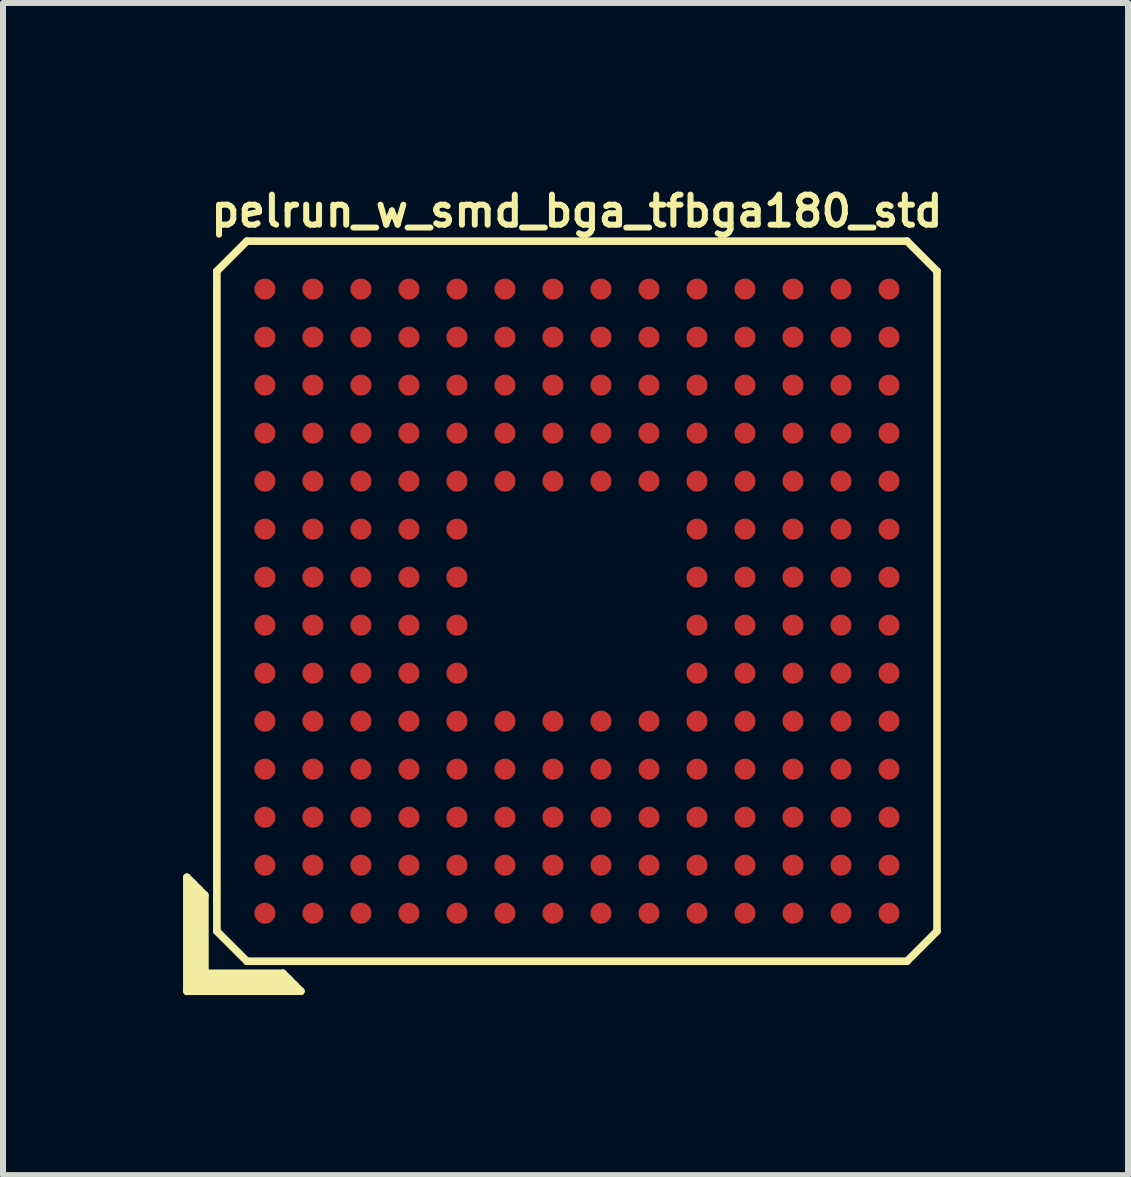
<source format=kicad_pcb>
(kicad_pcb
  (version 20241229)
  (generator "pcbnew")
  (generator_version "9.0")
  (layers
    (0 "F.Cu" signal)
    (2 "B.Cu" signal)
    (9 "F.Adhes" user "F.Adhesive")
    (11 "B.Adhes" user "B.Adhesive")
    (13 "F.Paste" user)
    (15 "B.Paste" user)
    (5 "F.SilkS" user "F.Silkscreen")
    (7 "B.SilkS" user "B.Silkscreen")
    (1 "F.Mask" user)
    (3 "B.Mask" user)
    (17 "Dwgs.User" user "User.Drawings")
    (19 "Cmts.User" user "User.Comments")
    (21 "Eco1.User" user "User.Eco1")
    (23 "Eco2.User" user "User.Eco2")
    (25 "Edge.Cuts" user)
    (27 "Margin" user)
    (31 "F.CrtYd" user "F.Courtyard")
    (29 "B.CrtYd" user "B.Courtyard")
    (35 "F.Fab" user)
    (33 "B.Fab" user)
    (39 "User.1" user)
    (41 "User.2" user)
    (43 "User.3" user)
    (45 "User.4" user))
  (footprint "pelrun_w_smd_bga_tfbga180_std"
    (layer "F.Cu")
    (at 6.564 6.968)
    (property "Reference" "pelrun_w_smd_bga_tfbga180_std" (at 0 -6.5 0) (layer "F.SilkS") (effects (font (size 0.5 0.5) (thickness 0.1))))
    (attr through_hole)
    (fp_line (start -6.5 4.6) (end -6.2 4.9) (stroke (width 0.127) (type solid)) (layer "F.SilkS"))
    (fp_line (start -6.5 6.5) (end -6.5 4.6) (stroke (width 0.127) (type solid)) (layer "F.SilkS"))
    (fp_line (start -6.4 6.4) (end -6.4 4.7) (stroke (width 0.127) (type solid)) (layer "F.SilkS"))
    (fp_line (start -6.3 4.8) (end -6.3 6.3) (stroke (width 0.127) (type solid)) (layer "F.SilkS"))
    (fp_line (start -6.3 6.3) (end -4.8 6.3) (stroke (width 0.127) (type solid)) (layer "F.SilkS"))
    (fp_line (start -6.2 4.9) (end -6.2 6.2) (stroke (width 0.127) (type solid)) (layer "F.SilkS"))
    (fp_line (start -6.2 6.2) (end -4.9 6.2) (stroke (width 0.127) (type solid)) (layer "F.SilkS"))
    (fp_line (start -6 -5.5) (end -5.5 -6) (stroke (width 0.127) (type solid)) (layer "F.SilkS"))
    (fp_line (start -6 5.5) (end -6 -5.5) (stroke (width 0.127) (type solid)) (layer "F.SilkS"))
    (fp_line (start -5.5 -6) (end 5.5 -6) (stroke (width 0.127) (type solid)) (layer "F.SilkS"))
    (fp_line (start -5.5 6) (end -6 5.5) (stroke (width 0.127) (type solid)) (layer "F.SilkS"))
    (fp_line (start -4.9 6.2) (end -4.6 6.5) (stroke (width 0.127) (type solid)) (layer "F.SilkS"))
    (fp_line (start -4.7 6.4) (end -6.4 6.4) (stroke (width 0.127) (type solid)) (layer "F.SilkS"))
    (fp_line (start -4.6 6.5) (end -6.5 6.5) (stroke (width 0.127) (type solid)) (layer "F.SilkS"))
    (fp_line (start 5.5 -6) (end 6 -5.5) (stroke (width 0.127) (type solid)) (layer "F.SilkS"))
    (fp_line (start 5.5 6) (end -5.5 6) (stroke (width 0.127) (type solid)) (layer "F.SilkS"))
    (fp_line (start 6 -5.5) (end 6 5.5) (stroke (width 0.127) (type solid)) (layer "F.SilkS"))
    (fp_line (start 6 5.5) (end 5.5 6) (stroke (width 0.127) (type solid)) (layer "F.SilkS"))
    (pad "A1" smd circle (at -5.2 5.2) (size 0.35 0.35) (layers "F.Cu" "F.Mask" "F.Paste"))
    (pad "A2" smd circle (at -5.2 4.4) (size 0.35 0.35) (layers "F.Cu" "F.Mask" "F.Paste"))
    (pad "A3" smd circle (at -5.2 3.6) (size 0.35 0.35) (layers "F.Cu" "F.Mask" "F.Paste"))
    (pad "A4" smd circle (at -5.2 2.8) (size 0.35 0.35) (layers "F.Cu" "F.Mask" "F.Paste"))
    (pad "A5" smd circle (at -5.2 2) (size 0.35 0.35) (layers "F.Cu" "F.Mask" "F.Paste"))
    (pad "A6" smd circle (at -5.2 1.2) (size 0.35 0.35) (layers "F.Cu" "F.Mask" "F.Paste"))
    (pad "A7" smd circle (at -5.2 0.4) (size 0.35 0.35) (layers "F.Cu" "F.Mask" "F.Paste"))
    (pad "A8" smd circle (at -5.2 -0.4) (size 0.35 0.35) (layers "F.Cu" "F.Mask" "F.Paste"))
    (pad "A9" smd circle (at -5.2 -1.2) (size 0.35 0.35) (layers "F.Cu" "F.Mask" "F.Paste"))
    (pad "A10" smd circle (at -5.2 -2) (size 0.35 0.35) (layers "F.Cu" "F.Mask" "F.Paste"))
    (pad "A11" smd circle (at -5.2 -2.8) (size 0.35 0.35) (layers "F.Cu" "F.Mask" "F.Paste"))
    (pad "A12" smd circle (at -5.2 -3.6) (size 0.35 0.35) (layers "F.Cu" "F.Mask" "F.Paste"))
    (pad "A13" smd circle (at -5.2 -4.4) (size 0.35 0.35) (layers "F.Cu" "F.Mask" "F.Paste"))
    (pad "A14" smd circle (at -5.2 -5.2) (size 0.35 0.35) (layers "F.Cu" "F.Mask" "F.Paste"))
    (pad "B1" smd circle (at -4.4 5.2) (size 0.35 0.35) (layers "F.Cu" "F.Mask" "F.Paste"))
    (pad "B2" smd circle (at -4.4 4.4) (size 0.35 0.35) (layers "F.Cu" "F.Mask" "F.Paste"))
    (pad "B3" smd circle (at -4.4 3.6) (size 0.35 0.35) (layers "F.Cu" "F.Mask" "F.Paste"))
    (pad "B4" smd circle (at -4.4 2.8) (size 0.35 0.35) (layers "F.Cu" "F.Mask" "F.Paste"))
    (pad "B5" smd circle (at -4.4 2) (size 0.35 0.35) (layers "F.Cu" "F.Mask" "F.Paste"))
    (pad "B6" smd circle (at -4.4 1.2) (size 0.35 0.35) (layers "F.Cu" "F.Mask" "F.Paste"))
    (pad "B7" smd circle (at -4.4 0.4) (size 0.35 0.35) (layers "F.Cu" "F.Mask" "F.Paste"))
    (pad "B8" smd circle (at -4.4 -0.4) (size 0.35 0.35) (layers "F.Cu" "F.Mask" "F.Paste"))
    (pad "B9" smd circle (at -4.4 -1.2) (size 0.35 0.35) (layers "F.Cu" "F.Mask" "F.Paste"))
    (pad "B10" smd circle (at -4.4 -2) (size 0.35 0.35) (layers "F.Cu" "F.Mask" "F.Paste"))
    (pad "B11" smd circle (at -4.4 -2.8) (size 0.35 0.35) (layers "F.Cu" "F.Mask" "F.Paste"))
    (pad "B12" smd circle (at -4.4 -3.6) (size 0.35 0.35) (layers "F.Cu" "F.Mask" "F.Paste"))
    (pad "B13" smd circle (at -4.4 -4.4) (size 0.35 0.35) (layers "F.Cu" "F.Mask" "F.Paste"))
    (pad "B14" smd circle (at -4.4 -5.2) (size 0.35 0.35) (layers "F.Cu" "F.Mask" "F.Paste"))
    (pad "C1" smd circle (at -3.6 5.2) (size 0.35 0.35) (layers "F.Cu" "F.Mask" "F.Paste"))
    (pad "C2" smd circle (at -3.6 4.4) (size 0.35 0.35) (layers "F.Cu" "F.Mask" "F.Paste"))
    (pad "C3" smd circle (at -3.6 3.6) (size 0.35 0.35) (layers "F.Cu" "F.Mask" "F.Paste"))
    (pad "C4" smd circle (at -3.6 2.8) (size 0.35 0.35) (layers "F.Cu" "F.Mask" "F.Paste"))
    (pad "C5" smd circle (at -3.6 2) (size 0.35 0.35) (layers "F.Cu" "F.Mask" "F.Paste"))
    (pad "C6" smd circle (at -3.6 1.2) (size 0.35 0.35) (layers "F.Cu" "F.Mask" "F.Paste"))
    (pad "C7" smd circle (at -3.6 0.4) (size 0.35 0.35) (layers "F.Cu" "F.Mask" "F.Paste"))
    (pad "C8" smd circle (at -3.6 -0.4) (size 0.35 0.35) (layers "F.Cu" "F.Mask" "F.Paste"))
    (pad "C9" smd circle (at -3.6 -1.2) (size 0.35 0.35) (layers "F.Cu" "F.Mask" "F.Paste"))
    (pad "C10" smd circle (at -3.6 -2) (size 0.35 0.35) (layers "F.Cu" "F.Mask" "F.Paste"))
    (pad "C11" smd circle (at -3.6 -2.8) (size 0.35 0.35) (layers "F.Cu" "F.Mask" "F.Paste"))
    (pad "C12" smd circle (at -3.6 -3.6) (size 0.35 0.35) (layers "F.Cu" "F.Mask" "F.Paste"))
    (pad "C13" smd circle (at -3.6 -4.4) (size 0.35 0.35) (layers "F.Cu" "F.Mask" "F.Paste"))
    (pad "C14" smd circle (at -3.6 -5.2) (size 0.35 0.35) (layers "F.Cu" "F.Mask" "F.Paste"))
    (pad "D1" smd circle (at -2.8 5.2) (size 0.35 0.35) (layers "F.Cu" "F.Mask" "F.Paste"))
    (pad "D2" smd circle (at -2.8 4.4) (size 0.35 0.35) (layers "F.Cu" "F.Mask" "F.Paste"))
    (pad "D3" smd circle (at -2.8 3.6) (size 0.35 0.35) (layers "F.Cu" "F.Mask" "F.Paste"))
    (pad "D4" smd circle (at -2.8 2.8) (size 0.35 0.35) (layers "F.Cu" "F.Mask" "F.Paste"))
    (pad "D5" smd circle (at -2.8 2) (size 0.35 0.35) (layers "F.Cu" "F.Mask" "F.Paste"))
    (pad "D6" smd circle (at -2.8 1.2) (size 0.35 0.35) (layers "F.Cu" "F.Mask" "F.Paste"))
    (pad "D7" smd circle (at -2.8 0.4) (size 0.35 0.35) (layers "F.Cu" "F.Mask" "F.Paste"))
    (pad "D8" smd circle (at -2.8 -0.4) (size 0.35 0.35) (layers "F.Cu" "F.Mask" "F.Paste"))
    (pad "D9" smd circle (at -2.8 -1.2) (size 0.35 0.35) (layers "F.Cu" "F.Mask" "F.Paste"))
    (pad "D10" smd circle (at -2.8 -2) (size 0.35 0.35) (layers "F.Cu" "F.Mask" "F.Paste"))
    (pad "D11" smd circle (at -2.8 -2.8) (size 0.35 0.35) (layers "F.Cu" "F.Mask" "F.Paste"))
    (pad "D12" smd circle (at -2.8 -3.6) (size 0.35 0.35) (layers "F.Cu" "F.Mask" "F.Paste"))
    (pad "D13" smd circle (at -2.8 -4.4) (size 0.35 0.35) (layers "F.Cu" "F.Mask" "F.Paste"))
    (pad "D14" smd circle (at -2.8 -5.2) (size 0.35 0.35) (layers "F.Cu" "F.Mask" "F.Paste"))
    (pad "E1" smd circle (at -2 5.2) (size 0.35 0.35) (layers "F.Cu" "F.Mask" "F.Paste"))
    (pad "E2" smd circle (at -2 4.4) (size 0.35 0.35) (layers "F.Cu" "F.Mask" "F.Paste"))
    (pad "E3" smd circle (at -2 3.6) (size 0.35 0.35) (layers "F.Cu" "F.Mask" "F.Paste"))
    (pad "E4" smd circle (at -2 2.8) (size 0.35 0.35) (layers "F.Cu" "F.Mask" "F.Paste"))
    (pad "E5" smd circle (at -2 2) (size 0.35 0.35) (layers "F.Cu" "F.Mask" "F.Paste"))
    (pad "E6" smd circle (at -2 1.2) (size 0.35 0.35) (layers "F.Cu" "F.Mask" "F.Paste"))
    (pad "E7" smd circle (at -2 0.4) (size 0.35 0.35) (layers "F.Cu" "F.Mask" "F.Paste"))
    (pad "E8" smd circle (at -2 -0.4) (size 0.35 0.35) (layers "F.Cu" "F.Mask" "F.Paste"))
    (pad "E9" smd circle (at -2 -1.2) (size 0.35 0.35) (layers "F.Cu" "F.Mask" "F.Paste"))
    (pad "E10" smd circle (at -2 -2) (size 0.35 0.35) (layers "F.Cu" "F.Mask" "F.Paste"))
    (pad "E11" smd circle (at -2 -2.8) (size 0.35 0.35) (layers "F.Cu" "F.Mask" "F.Paste"))
    (pad "E12" smd circle (at -2 -3.6) (size 0.35 0.35) (layers "F.Cu" "F.Mask" "F.Paste"))
    (pad "E13" smd circle (at -2 -4.4) (size 0.35 0.35) (layers "F.Cu" "F.Mask" "F.Paste"))
    (pad "E14" smd circle (at -2 -5.2) (size 0.35 0.35) (layers "F.Cu" "F.Mask" "F.Paste"))
    (pad "F1" smd circle (at -1.2 5.2) (size 0.35 0.35) (layers "F.Cu" "F.Mask" "F.Paste"))
    (pad "F2" smd circle (at -1.2 4.4) (size 0.35 0.35) (layers "F.Cu" "F.Mask" "F.Paste"))
    (pad "F3" smd circle (at -1.2 3.6) (size 0.35 0.35) (layers "F.Cu" "F.Mask" "F.Paste"))
    (pad "F4" smd circle (at -1.2 2.8) (size 0.35 0.35) (layers "F.Cu" "F.Mask" "F.Paste"))
    (pad "F5" smd circle (at -1.2 2) (size 0.35 0.35) (layers "F.Cu" "F.Mask" "F.Paste"))
    (pad "F10" smd circle (at -1.2 -2) (size 0.35 0.35) (layers "F.Cu" "F.Mask" "F.Paste"))
    (pad "F11" smd circle (at -1.2 -2.8) (size 0.35 0.35) (layers "F.Cu" "F.Mask" "F.Paste"))
    (pad "F12" smd circle (at -1.2 -3.6) (size 0.35 0.35) (layers "F.Cu" "F.Mask" "F.Paste"))
    (pad "F13" smd circle (at -1.2 -4.4) (size 0.35 0.35) (layers "F.Cu" "F.Mask" "F.Paste"))
    (pad "F14" smd circle (at -1.2 -5.2) (size 0.35 0.35) (layers "F.Cu" "F.Mask" "F.Paste"))
    (pad "G1" smd circle (at -0.4 5.2) (size 0.35 0.35) (layers "F.Cu" "F.Mask" "F.Paste"))
    (pad "G2" smd circle (at -0.4 4.4) (size 0.35 0.35) (layers "F.Cu" "F.Mask" "F.Paste"))
    (pad "G3" smd circle (at -0.4 3.6) (size 0.35 0.35) (layers "F.Cu" "F.Mask" "F.Paste"))
    (pad "G4" smd circle (at -0.4 2.8) (size 0.35 0.35) (layers "F.Cu" "F.Mask" "F.Paste"))
    (pad "G5" smd circle (at -0.4 2) (size 0.35 0.35) (layers "F.Cu" "F.Mask" "F.Paste"))
    (pad "G10" smd circle (at -0.4 -2) (size 0.35 0.35) (layers "F.Cu" "F.Mask" "F.Paste"))
    (pad "G11" smd circle (at -0.4 -2.8) (size 0.35 0.35) (layers "F.Cu" "F.Mask" "F.Paste"))
    (pad "G12" smd circle (at -0.4 -3.6) (size 0.35 0.35) (layers "F.Cu" "F.Mask" "F.Paste"))
    (pad "G13" smd circle (at -0.4 -4.4) (size 0.35 0.35) (layers "F.Cu" "F.Mask" "F.Paste"))
    (pad "G14" smd circle (at -0.4 -5.2) (size 0.35 0.35) (layers "F.Cu" "F.Mask" "F.Paste"))
    (pad "H1" smd circle (at 0.4 5.2) (size 0.35 0.35) (layers "F.Cu" "F.Mask" "F.Paste"))
    (pad "H2" smd circle (at 0.4 4.4) (size 0.35 0.35) (layers "F.Cu" "F.Mask" "F.Paste"))
    (pad "H3" smd circle (at 0.4 3.6) (size 0.35 0.35) (layers "F.Cu" "F.Mask" "F.Paste"))
    (pad "H4" smd circle (at 0.4 2.8) (size 0.35 0.35) (layers "F.Cu" "F.Mask" "F.Paste"))
    (pad "H5" smd circle (at 0.4 2) (size 0.35 0.35) (layers "F.Cu" "F.Mask" "F.Paste"))
    (pad "H10" smd circle (at 0.4 -2) (size 0.35 0.35) (layers "F.Cu" "F.Mask" "F.Paste"))
    (pad "H11" smd circle (at 0.4 -2.8) (size 0.35 0.35) (layers "F.Cu" "F.Mask" "F.Paste"))
    (pad "H12" smd circle (at 0.4 -3.6) (size 0.35 0.35) (layers "F.Cu" "F.Mask" "F.Paste"))
    (pad "H13" smd circle (at 0.4 -4.4) (size 0.35 0.35) (layers "F.Cu" "F.Mask" "F.Paste"))
    (pad "H14" smd circle (at 0.4 -5.2) (size 0.35 0.35) (layers "F.Cu" "F.Mask" "F.Paste"))
    (pad "J1" smd circle (at 1.2 5.2) (size 0.35 0.35) (layers "F.Cu" "F.Mask" "F.Paste"))
    (pad "J2" smd circle (at 1.2 4.4) (size 0.35 0.35) (layers "F.Cu" "F.Mask" "F.Paste"))
    (pad "J3" smd circle (at 1.2 3.6) (size 0.35 0.35) (layers "F.Cu" "F.Mask" "F.Paste"))
    (pad "J4" smd circle (at 1.2 2.8) (size 0.35 0.35) (layers "F.Cu" "F.Mask" "F.Paste"))
    (pad "J5" smd circle (at 1.2 2) (size 0.35 0.35) (layers "F.Cu" "F.Mask" "F.Paste"))
    (pad "J10" smd circle (at 1.2 -2) (size 0.35 0.35) (layers "F.Cu" "F.Mask" "F.Paste"))
    (pad "J11" smd circle (at 1.2 -2.8) (size 0.35 0.35) (layers "F.Cu" "F.Mask" "F.Paste"))
    (pad "J12" smd circle (at 1.2 -3.6) (size 0.35 0.35) (layers "F.Cu" "F.Mask" "F.Paste"))
    (pad "J13" smd circle (at 1.2 -4.4) (size 0.35 0.35) (layers "F.Cu" "F.Mask" "F.Paste"))
    (pad "J14" smd circle (at 1.2 -5.2) (size 0.35 0.35) (layers "F.Cu" "F.Mask" "F.Paste"))
    (pad "K1" smd circle (at 2 5.2) (size 0.35 0.35) (layers "F.Cu" "F.Mask" "F.Paste"))
    (pad "K2" smd circle (at 2 4.4) (size 0.35 0.35) (layers "F.Cu" "F.Mask" "F.Paste"))
    (pad "K3" smd circle (at 2 3.6) (size 0.35 0.35) (layers "F.Cu" "F.Mask" "F.Paste"))
    (pad "K4" smd circle (at 2 2.8) (size 0.35 0.35) (layers "F.Cu" "F.Mask" "F.Paste"))
    (pad "K5" smd circle (at 2 2) (size 0.35 0.35) (layers "F.Cu" "F.Mask" "F.Paste"))
    (pad "K6" smd circle (at 2 1.2) (size 0.35 0.35) (layers "F.Cu" "F.Mask" "F.Paste"))
    (pad "K7" smd circle (at 2 0.4) (size 0.35 0.35) (layers "F.Cu" "F.Mask" "F.Paste"))
    (pad "K8" smd circle (at 2 -0.4) (size 0.35 0.35) (layers "F.Cu" "F.Mask" "F.Paste"))
    (pad "K9" smd circle (at 2 -1.2) (size 0.35 0.35) (layers "F.Cu" "F.Mask" "F.Paste"))
    (pad "K10" smd circle (at 2 -2) (size 0.35 0.35) (layers "F.Cu" "F.Mask" "F.Paste"))
    (pad "K11" smd circle (at 2 -2.8) (size 0.35 0.35) (layers "F.Cu" "F.Mask" "F.Paste"))
    (pad "K12" smd circle (at 2 -3.6) (size 0.35 0.35) (layers "F.Cu" "F.Mask" "F.Paste"))
    (pad "K13" smd circle (at 2 -4.4) (size 0.35 0.35) (layers "F.Cu" "F.Mask" "F.Paste"))
    (pad "K14" smd circle (at 2 -5.2) (size 0.35 0.35) (layers "F.Cu" "F.Mask" "F.Paste"))
    (pad "L1" smd circle (at 2.8 5.2) (size 0.35 0.35) (layers "F.Cu" "F.Mask" "F.Paste"))
    (pad "L2" smd circle (at 2.8 4.4) (size 0.35 0.35) (layers "F.Cu" "F.Mask" "F.Paste"))
    (pad "L3" smd circle (at 2.8 3.6) (size 0.35 0.35) (layers "F.Cu" "F.Mask" "F.Paste"))
    (pad "L4" smd circle (at 2.8 2.8) (size 0.35 0.35) (layers "F.Cu" "F.Mask" "F.Paste"))
    (pad "L5" smd circle (at 2.8 2) (size 0.35 0.35) (layers "F.Cu" "F.Mask" "F.Paste"))
    (pad "L6" smd circle (at 2.8 1.2) (size 0.35 0.35) (layers "F.Cu" "F.Mask" "F.Paste"))
    (pad "L7" smd circle (at 2.8 0.4) (size 0.35 0.35) (layers "F.Cu" "F.Mask" "F.Paste"))
    (pad "L8" smd circle (at 2.8 -0.4) (size 0.35 0.35) (layers "F.Cu" "F.Mask" "F.Paste"))
    (pad "L9" smd circle (at 2.8 -1.2) (size 0.35 0.35) (layers "F.Cu" "F.Mask" "F.Paste"))
    (pad "L10" smd circle (at 2.8 -2) (size 0.35 0.35) (layers "F.Cu" "F.Mask" "F.Paste"))
    (pad "L11" smd circle (at 2.8 -2.8) (size 0.35 0.35) (layers "F.Cu" "F.Mask" "F.Paste"))
    (pad "L12" smd circle (at 2.8 -3.6) (size 0.35 0.35) (layers "F.Cu" "F.Mask" "F.Paste"))
    (pad "L13" smd circle (at 2.8 -4.4) (size 0.35 0.35) (layers "F.Cu" "F.Mask" "F.Paste"))
    (pad "L14" smd circle (at 2.8 -5.2) (size 0.35 0.35) (layers "F.Cu" "F.Mask" "F.Paste"))
    (pad "M1" smd circle (at 3.6 5.2) (size 0.35 0.35) (layers "F.Cu" "F.Mask" "F.Paste"))
    (pad "M2" smd circle (at 3.6 4.4) (size 0.35 0.35) (layers "F.Cu" "F.Mask" "F.Paste"))
    (pad "M3" smd circle (at 3.6 3.6) (size 0.35 0.35) (layers "F.Cu" "F.Mask" "F.Paste"))
    (pad "M4" smd circle (at 3.6 2.8) (size 0.35 0.35) (layers "F.Cu" "F.Mask" "F.Paste"))
    (pad "M5" smd circle (at 3.6 2) (size 0.35 0.35) (layers "F.Cu" "F.Mask" "F.Paste"))
    (pad "M6" smd circle (at 3.6 1.2) (size 0.35 0.35) (layers "F.Cu" "F.Mask" "F.Paste"))
    (pad "M7" smd circle (at 3.6 0.4) (size 0.35 0.35) (layers "F.Cu" "F.Mask" "F.Paste"))
    (pad "M8" smd circle (at 3.6 -0.4) (size 0.35 0.35) (layers "F.Cu" "F.Mask" "F.Paste"))
    (pad "M9" smd circle (at 3.6 -1.2) (size 0.35 0.35) (layers "F.Cu" "F.Mask" "F.Paste"))
    (pad "M10" smd circle (at 3.6 -2) (size 0.35 0.35) (layers "F.Cu" "F.Mask" "F.Paste"))
    (pad "M11" smd circle (at 3.6 -2.8) (size 0.35 0.35) (layers "F.Cu" "F.Mask" "F.Paste"))
    (pad "M12" smd circle (at 3.6 -3.6) (size 0.35 0.35) (layers "F.Cu" "F.Mask" "F.Paste"))
    (pad "M13" smd circle (at 3.6 -4.4) (size 0.35 0.35) (layers "F.Cu" "F.Mask" "F.Paste"))
    (pad "M14" smd circle (at 3.6 -5.2) (size 0.35 0.35) (layers "F.Cu" "F.Mask" "F.Paste"))
    (pad "N1" smd circle (at 4.4 5.2) (size 0.35 0.35) (layers "F.Cu" "F.Mask" "F.Paste"))
    (pad "N2" smd circle (at 4.4 4.4) (size 0.35 0.35) (layers "F.Cu" "F.Mask" "F.Paste"))
    (pad "N3" smd circle (at 4.4 3.6) (size 0.35 0.35) (layers "F.Cu" "F.Mask" "F.Paste"))
    (pad "N4" smd circle (at 4.4 2.8) (size 0.35 0.35) (layers "F.Cu" "F.Mask" "F.Paste"))
    (pad "N5" smd circle (at 4.4 2) (size 0.35 0.35) (layers "F.Cu" "F.Mask" "F.Paste"))
    (pad "N6" smd circle (at 4.4 1.2) (size 0.35 0.35) (layers "F.Cu" "F.Mask" "F.Paste"))
    (pad "N7" smd circle (at 4.4 0.4) (size 0.35 0.35) (layers "F.Cu" "F.Mask" "F.Paste"))
    (pad "N8" smd circle (at 4.4 -0.4) (size 0.35 0.35) (layers "F.Cu" "F.Mask" "F.Paste"))
    (pad "N9" smd circle (at 4.4 -1.2) (size 0.35 0.35) (layers "F.Cu" "F.Mask" "F.Paste"))
    (pad "N10" smd circle (at 4.4 -2) (size 0.35 0.35) (layers "F.Cu" "F.Mask" "F.Paste"))
    (pad "N11" smd circle (at 4.4 -2.8) (size 0.35 0.35) (layers "F.Cu" "F.Mask" "F.Paste"))
    (pad "N12" smd circle (at 4.4 -3.6) (size 0.35 0.35) (layers "F.Cu" "F.Mask" "F.Paste"))
    (pad "N13" smd circle (at 4.4 -4.4) (size 0.35 0.35) (layers "F.Cu" "F.Mask" "F.Paste"))
    (pad "N14" smd circle (at 4.4 -5.2) (size 0.35 0.35) (layers "F.Cu" "F.Mask" "F.Paste"))
    (pad "P1" smd circle (at 5.2 5.2) (size 0.35 0.35) (layers "F.Cu" "F.Mask" "F.Paste"))
    (pad "P2" smd circle (at 5.2 4.4) (size 0.35 0.35) (layers "F.Cu" "F.Mask" "F.Paste"))
    (pad "P3" smd circle (at 5.2 3.6) (size 0.35 0.35) (layers "F.Cu" "F.Mask" "F.Paste"))
    (pad "P4" smd circle (at 5.2 2.8) (size 0.35 0.35) (layers "F.Cu" "F.Mask" "F.Paste"))
    (pad "P5" smd circle (at 5.2 2) (size 0.35 0.35) (layers "F.Cu" "F.Mask" "F.Paste"))
    (pad "P6" smd circle (at 5.2 1.2) (size 0.35 0.35) (layers "F.Cu" "F.Mask" "F.Paste"))
    (pad "P7" smd circle (at 5.2 0.4) (size 0.35 0.35) (layers "F.Cu" "F.Mask" "F.Paste"))
    (pad "P8" smd circle (at 5.2 -0.4) (size 0.35 0.35) (layers "F.Cu" "F.Mask" "F.Paste"))
    (pad "P9" smd circle (at 5.2 -1.2) (size 0.35 0.35) (layers "F.Cu" "F.Mask" "F.Paste"))
    (pad "P10" smd circle (at 5.2 -2) (size 0.35 0.35) (layers "F.Cu" "F.Mask" "F.Paste"))
    (pad "P11" smd circle (at 5.2 -2.8) (size 0.35 0.35) (layers "F.Cu" "F.Mask" "F.Paste"))
    (pad "P12" smd circle (at 5.2 -3.6) (size 0.35 0.35) (layers "F.Cu" "F.Mask" "F.Paste"))
    (pad "P13" smd circle (at 5.2 -4.4) (size 0.35 0.35) (layers "F.Cu" "F.Mask" "F.Paste"))
    (pad "P14" smd circle (at 5.2 -5.2) (size 0.35 0.35) (layers "F.Cu" "F.Mask" "F.Paste")))
  (gr_rect
    (start -3 -3)
    (end 15.747 16.532)
    (stroke (width 0.1) (type default))
    (fill no)
    (layer "Edge.Cuts")))
</source>
